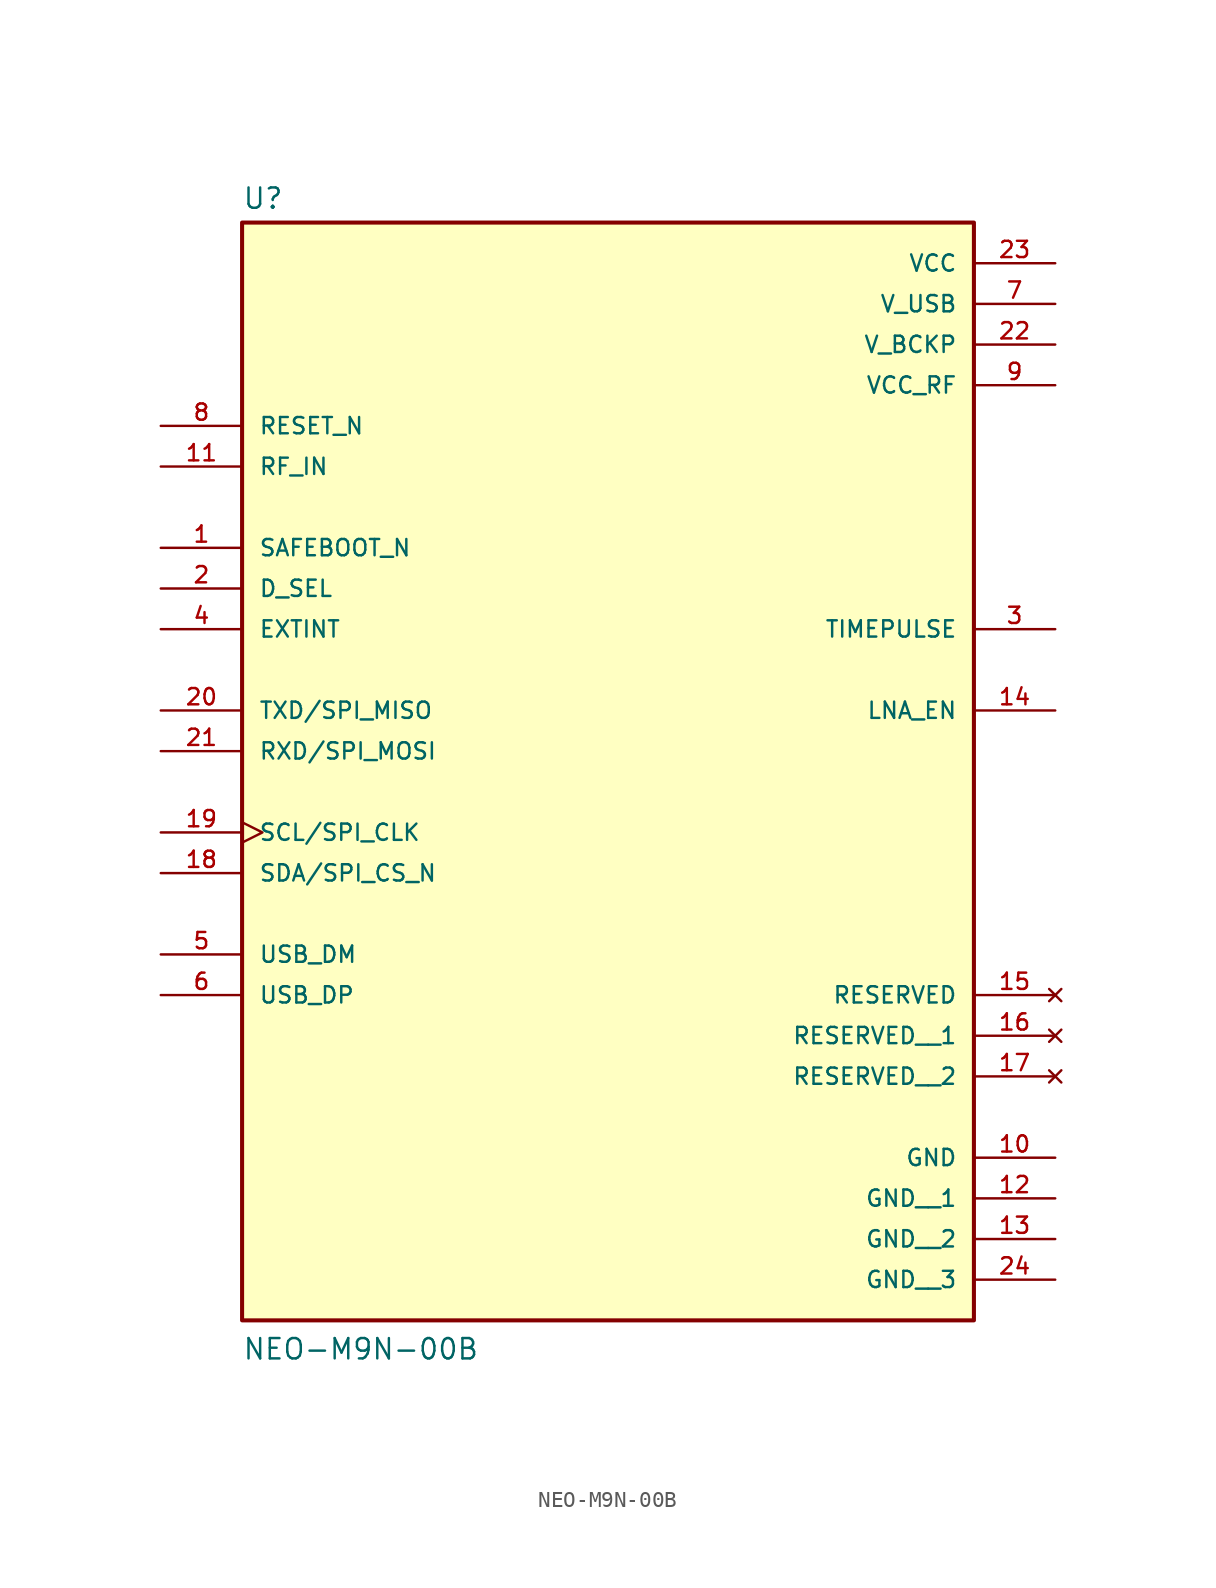
<source format=kicad_sym>
(kicad_symbol_lib
  (version 20231120)
  (generator "kicad_symbol_editor")
  (generator_version "8.0")
  (symbol "NEO-M9N-00B"
    (pin_names
      (offset 1.016))
    (property "Reference" "U"
      (at -22.86 28.702 0)
      (effects (font (size 1.27 1.27)) (justify left bottom)))
    (property "Value" "NEO-M9N-00B"
      (at -22.86 -43.18 0)
      (effects (font (size 1.27 1.27)) (justify left bottom)))
    (symbol "NEO-M9N-00B_0_0"
      (rectangle (start -22.86 -40.64) (end 22.86 27.94) (stroke (width 0.254) (type default)) (fill (type background)))
      (pin input line (at -27.94 7.62 0) (length 5.08) (name "SAFEBOOT_N" (effects (font (size 1.016 1.016)))) (number "1" (effects (font (size 1.016 1.016)))))
      (pin power_in line (at 27.94 -30.48 180) (length 5.08) (name "GND" (effects (font (size 1.016 1.016)))) (number "10" (effects (font (size 1.016 1.016)))))
      (pin input line (at -27.94 12.7 0) (length 5.08) (name "RF_IN" (effects (font (size 1.016 1.016)))) (number "11" (effects (font (size 1.016 1.016)))))
      (pin power_in line (at 27.94 -33.02 180) (length 5.08) (name "GND__1" (effects (font (size 1.016 1.016)))) (number "12" (effects (font (size 1.016 1.016)))))
      (pin power_in line (at 27.94 -35.56 180) (length 5.08) (name "GND__2" (effects (font (size 1.016 1.016)))) (number "13" (effects (font (size 1.016 1.016)))))
      (pin output line (at 27.94 -2.54 180) (length 5.08) (name "LNA_EN" (effects (font (size 1.016 1.016)))) (number "14" (effects (font (size 1.016 1.016)))))
      (pin no_connect line (at 27.94 -20.32 180) (length 5.08) (name "RESERVED" (effects (font (size 1.016 1.016)))) (number "15" (effects (font (size 1.016 1.016)))))
      (pin no_connect line (at 27.94 -22.86 180) (length 5.08) (name "RESERVED__1" (effects (font (size 1.016 1.016)))) (number "16" (effects (font (size 1.016 1.016)))))
      (pin no_connect line (at 27.94 -25.4 180) (length 5.08) (name "RESERVED__2" (effects (font (size 1.016 1.016)))) (number "17" (effects (font (size 1.016 1.016)))))
      (pin bidirectional line (at -27.94 -12.7 0) (length 5.08) (name "SDA/SPI_CS_N" (effects (font (size 1.016 1.016)))) (number "18" (effects (font (size 1.016 1.016)))))
      (pin bidirectional clock (at -27.94 -10.16 0) (length 5.08) (name "SCL/SPI_CLK" (effects (font (size 1.016 1.016)))) (number "19" (effects (font (size 1.016 1.016)))))
      (pin input line (at -27.94 5.08 0) (length 5.08) (name "D_SEL" (effects (font (size 1.016 1.016)))) (number "2" (effects (font (size 1.016 1.016)))))
      (pin output line (at -27.94 -2.54 0) (length 5.08) (name "TXD/SPI_MISO" (effects (font (size 1.016 1.016)))) (number "20" (effects (font (size 1.016 1.016)))))
      (pin input line (at -27.94 -5.08 0) (length 5.08) (name "RXD/SPI_MOSI" (effects (font (size 1.016 1.016)))) (number "21" (effects (font (size 1.016 1.016)))))
      (pin power_in line (at 27.94 20.32 180) (length 5.08) (name "V_BCKP" (effects (font (size 1.016 1.016)))) (number "22" (effects (font (size 1.016 1.016)))))
      (pin power_in line (at 27.94 25.4 180) (length 5.08) (name "VCC" (effects (font (size 1.016 1.016)))) (number "23" (effects (font (size 1.016 1.016)))))
      (pin power_in line (at 27.94 -38.1 180) (length 5.08) (name "GND__3" (effects (font (size 1.016 1.016)))) (number "24" (effects (font (size 1.016 1.016)))))
      (pin output line (at 27.94 2.54 180) (length 5.08) (name "TIMEPULSE" (effects (font (size 1.016 1.016)))) (number "3" (effects (font (size 1.016 1.016)))))
      (pin input line (at -27.94 2.54 0) (length 5.08) (name "EXTINT" (effects (font (size 1.016 1.016)))) (number "4" (effects (font (size 1.016 1.016)))))
      (pin bidirectional line (at -27.94 -17.78 0) (length 5.08) (name "USB_DM" (effects (font (size 1.016 1.016)))) (number "5" (effects (font (size 1.016 1.016)))))
      (pin bidirectional line (at -27.94 -20.32 0) (length 5.08) (name "USB_DP" (effects (font (size 1.016 1.016)))) (number "6" (effects (font (size 1.016 1.016)))))
      (pin power_in line (at 27.94 22.86 180) (length 5.08) (name "V_USB" (effects (font (size 1.016 1.016)))) (number "7" (effects (font (size 1.016 1.016)))))
      (pin input line (at -27.94 15.24 0) (length 5.08) (name "RESET_N" (effects (font (size 1.016 1.016)))) (number "8" (effects (font (size 1.016 1.016)))))
      (pin power_in line (at 27.94 17.78 180) (length 5.08) (name "VCC_RF" (effects (font (size 1.016 1.016)))) (number "9" (effects (font (size 1.016 1.016))))))))
</source>
